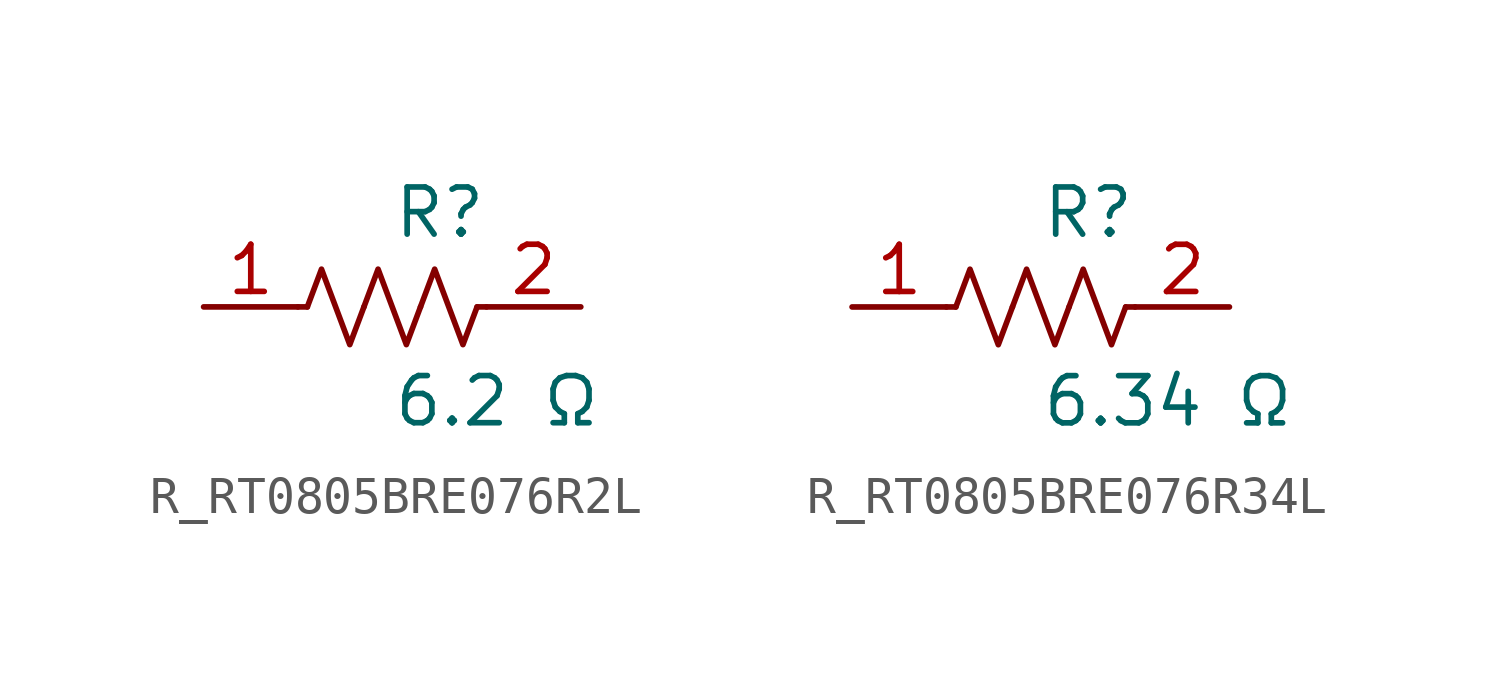
<source format=kicad_sym>
(kicad_symbol_lib
  (version 20231120)
  (generator kicad_symbol_editor)
  (generator_version 8.0)
  (symbol "R_RT0805BRE076R2L"
    (pin_names
      (offset 0.254))
    (property "Reference" "R"
      (at 0.0 2.54 0)
      (effects (font (size 1.27 1.27)) (justify left)))
    (property "Value" "6.2 Ω"
      (at 0.0 -2.54 0)
      (effects (font (size 1.27 1.27)) (justify left)))
    (symbol "R_RT0805BRE076R2L_0_1"
      (polyline (pts (xy 2.286 0) (xy 2.54 0)) (stroke (width 0) (type default)) (fill (type none)))
      (polyline (pts (xy -2.286 0) (xy -2.54 0)) (stroke (width 0) (type default)) (fill (type none)))
      (polyline (pts (xy 0.762 0) (xy 1.143 1.016) (xy 1.524 0) (xy 1.905 -1.016) (xy 2.286 0)) (stroke (width 0) (type default)) (fill (type none)))
      (polyline (pts (xy -0.762 0) (xy -0.381 1.016) (xy 0 0) (xy 0.381 -1.016) (xy 0.762 0)) (stroke (width 0) (type default)) (fill (type none)))
      (polyline (pts (xy -2.286 0) (xy -1.905 1.016) (xy -1.524 0) (xy -1.143 -1.016) (xy -0.762 0)) (stroke (width 0) (type default)) (fill (type none))))
    (pin unspecified line
      (at -5.08 0 0)
      (length 2.54)
      (name "" (effects (font (size 1.27 1.27))))
      (number "1" (effects (font (size 1.27 1.27)))))
    (pin unspecified line
      (at 5.08 0 180)
      (length 2.54)
      (name "" (effects (font (size 1.27 1.27))))
      (number "2" (effects (font (size 1.27 1.27))))))
  (symbol "R_RT0805BRE076R34L"
    (pin_names
      (offset 0.254))
    (property "Reference" "R"
      (at 0.0 2.54 0)
      (effects (font (size 1.27 1.27)) (justify left)))
    (property "Value" "6.34 Ω"
      (at 0.0 -2.54 0)
      (effects (font (size 1.27 1.27)) (justify left)))
    (symbol "R_RT0805BRE076R34L_0_1"
      (polyline (pts (xy 2.286 0) (xy 2.54 0)) (stroke (width 0) (type default)) (fill (type none)))
      (polyline (pts (xy -2.286 0) (xy -2.54 0)) (stroke (width 0) (type default)) (fill (type none)))
      (polyline (pts (xy 0.762 0) (xy 1.143 1.016) (xy 1.524 0) (xy 1.905 -1.016) (xy 2.286 0)) (stroke (width 0) (type default)) (fill (type none)))
      (polyline (pts (xy -0.762 0) (xy -0.381 1.016) (xy 0 0) (xy 0.381 -1.016) (xy 0.762 0)) (stroke (width 0) (type default)) (fill (type none)))
      (polyline (pts (xy -2.286 0) (xy -1.905 1.016) (xy -1.524 0) (xy -1.143 -1.016) (xy -0.762 0)) (stroke (width 0) (type default)) (fill (type none))))
    (pin unspecified line
      (at -5.08 0 0)
      (length 2.54)
      (name "" (effects (font (size 1.27 1.27))))
      (number "1" (effects (font (size 1.27 1.27)))))
    (pin unspecified line
      (at 5.08 0 180)
      (length 2.54)
      (name "" (effects (font (size 1.27 1.27))))
      (number "2" (effects (font (size 1.27 1.27)))))))
</source>
